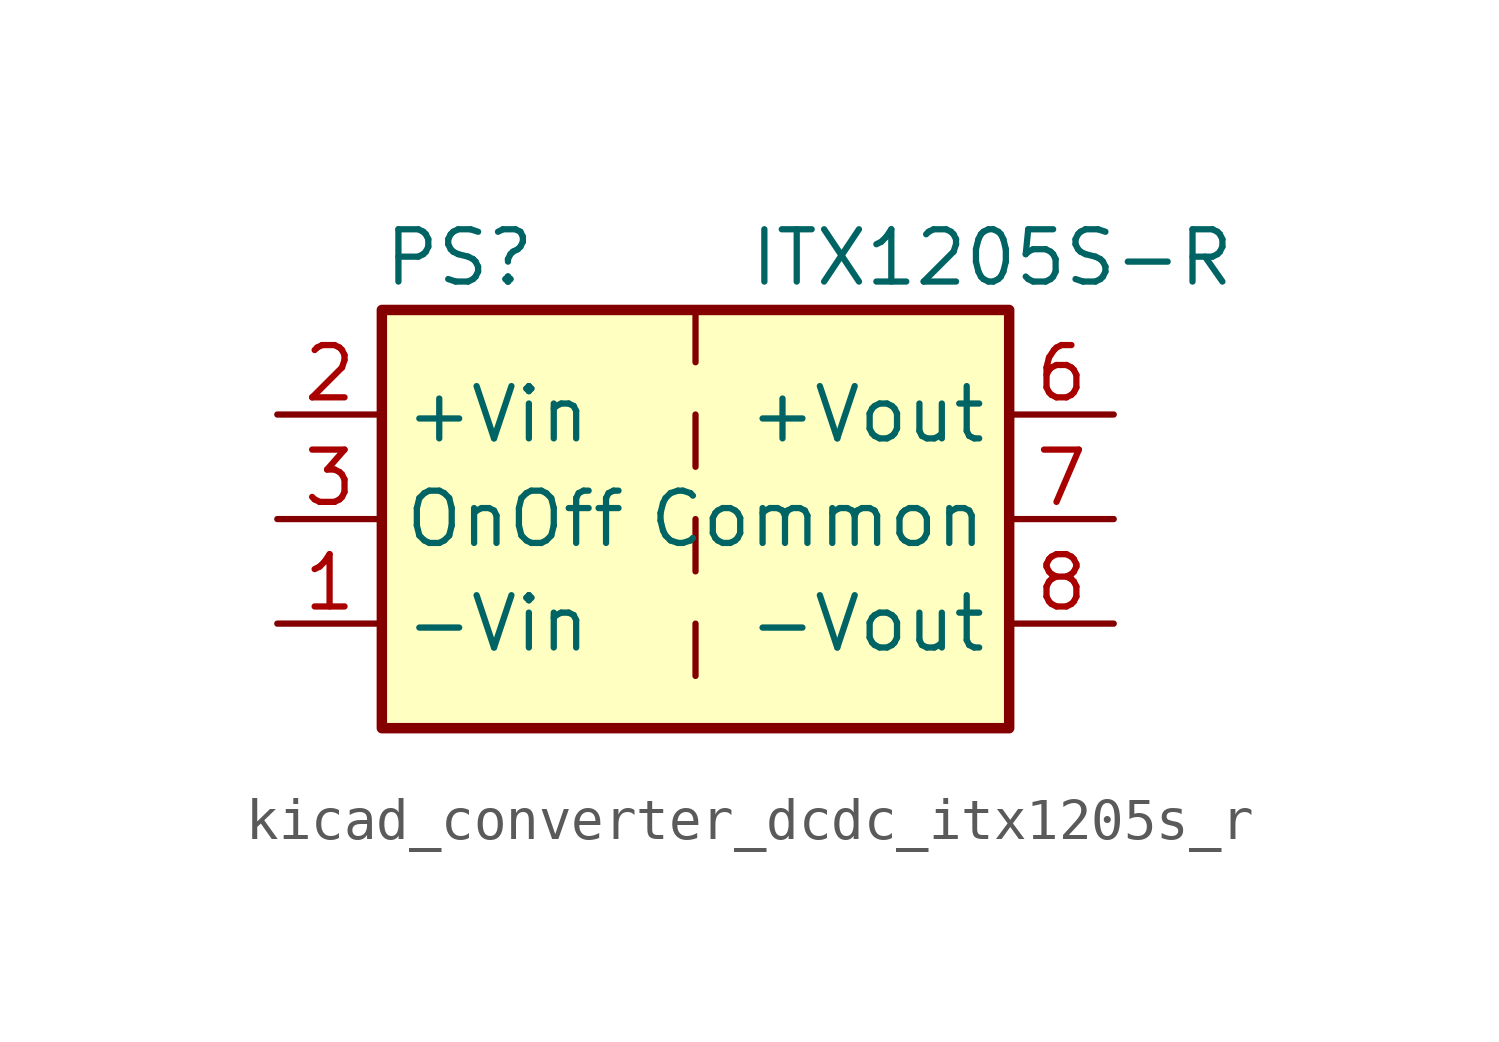
<source format=kicad_sym>
(kicad_symbol_lib
  (version 20220914)
  (generator kicad_symbol_editor)
  (symbol "kicad_converter_dcdc_itx1205s_r"
    (property "Reference" "PS"
      (at -7.62 6.35 0)
      (effects (font (size 1.27 1.27)) (justify left)))
    (property "Value" "ITX1205S-R"
      (at 1.27 6.35 0)
      (effects (font (size 1.27 1.27)) (justify left)))
    (symbol "kicad_converter_dcdc_itx1205s_r_0_0"
      (pin power_in line (at -10.16 -2.54 0) (length 2.54) (name "-Vin" (effects (font (size 1.27 1.27)))) (number "1" (effects (font (size 1.27 1.27)))))
      (pin power_in line (at -10.16 2.54 0) (length 2.54) (name "+Vin" (effects (font (size 1.27 1.27)))) (number "2" (effects (font (size 1.27 1.27)))))
      (pin input line (at -10.16 0 0) (length 2.54) (name "OnOff" (effects (font (size 1.27 1.27)))) (number "3" (effects (font (size 1.27 1.27)))))
      (pin no_connect line (at 0 5.08 270) (length 2.54) hide (name "NC" (effects (font (size 1.27 1.27)))) (number "5" (effects (font (size 1.27 1.27)))))
      (pin power_out line (at 10.16 2.54 180) (length 2.54) (name "+Vout" (effects (font (size 1.27 1.27)))) (number "6" (effects (font (size 1.27 1.27)))))
      (pin power_out line (at 10.16 0 180) (length 2.54) (name "Common" (effects (font (size 1.27 1.27)))) (number "7" (effects (font (size 1.27 1.27)))))
      (pin power_out line (at 10.16 -2.54 180) (length 2.54) (name "-Vout" (effects (font (size 1.27 1.27)))) (number "8" (effects (font (size 1.27 1.27))))))
    (symbol "kicad_converter_dcdc_itx1205s_r_0_1"
      (rectangle (start -7.62 5.08) (end 7.62 -5.08) (stroke (width 0.254) (type default)) (fill (type background)))
      (polyline (pts (xy 0 -2.54) (xy 0 -3.81)) (stroke (width 0) (type default)) (fill (type none)))
      (polyline (pts (xy 0 0) (xy 0 -1.27)) (stroke (width 0) (type default)) (fill (type none)))
      (polyline (pts (xy 0 2.54) (xy 0 1.27)) (stroke (width 0) (type default)) (fill (type none)))
      (polyline (pts (xy 0 5.08) (xy 0 3.81)) (stroke (width 0) (type default)) (fill (type none))))))
</source>
